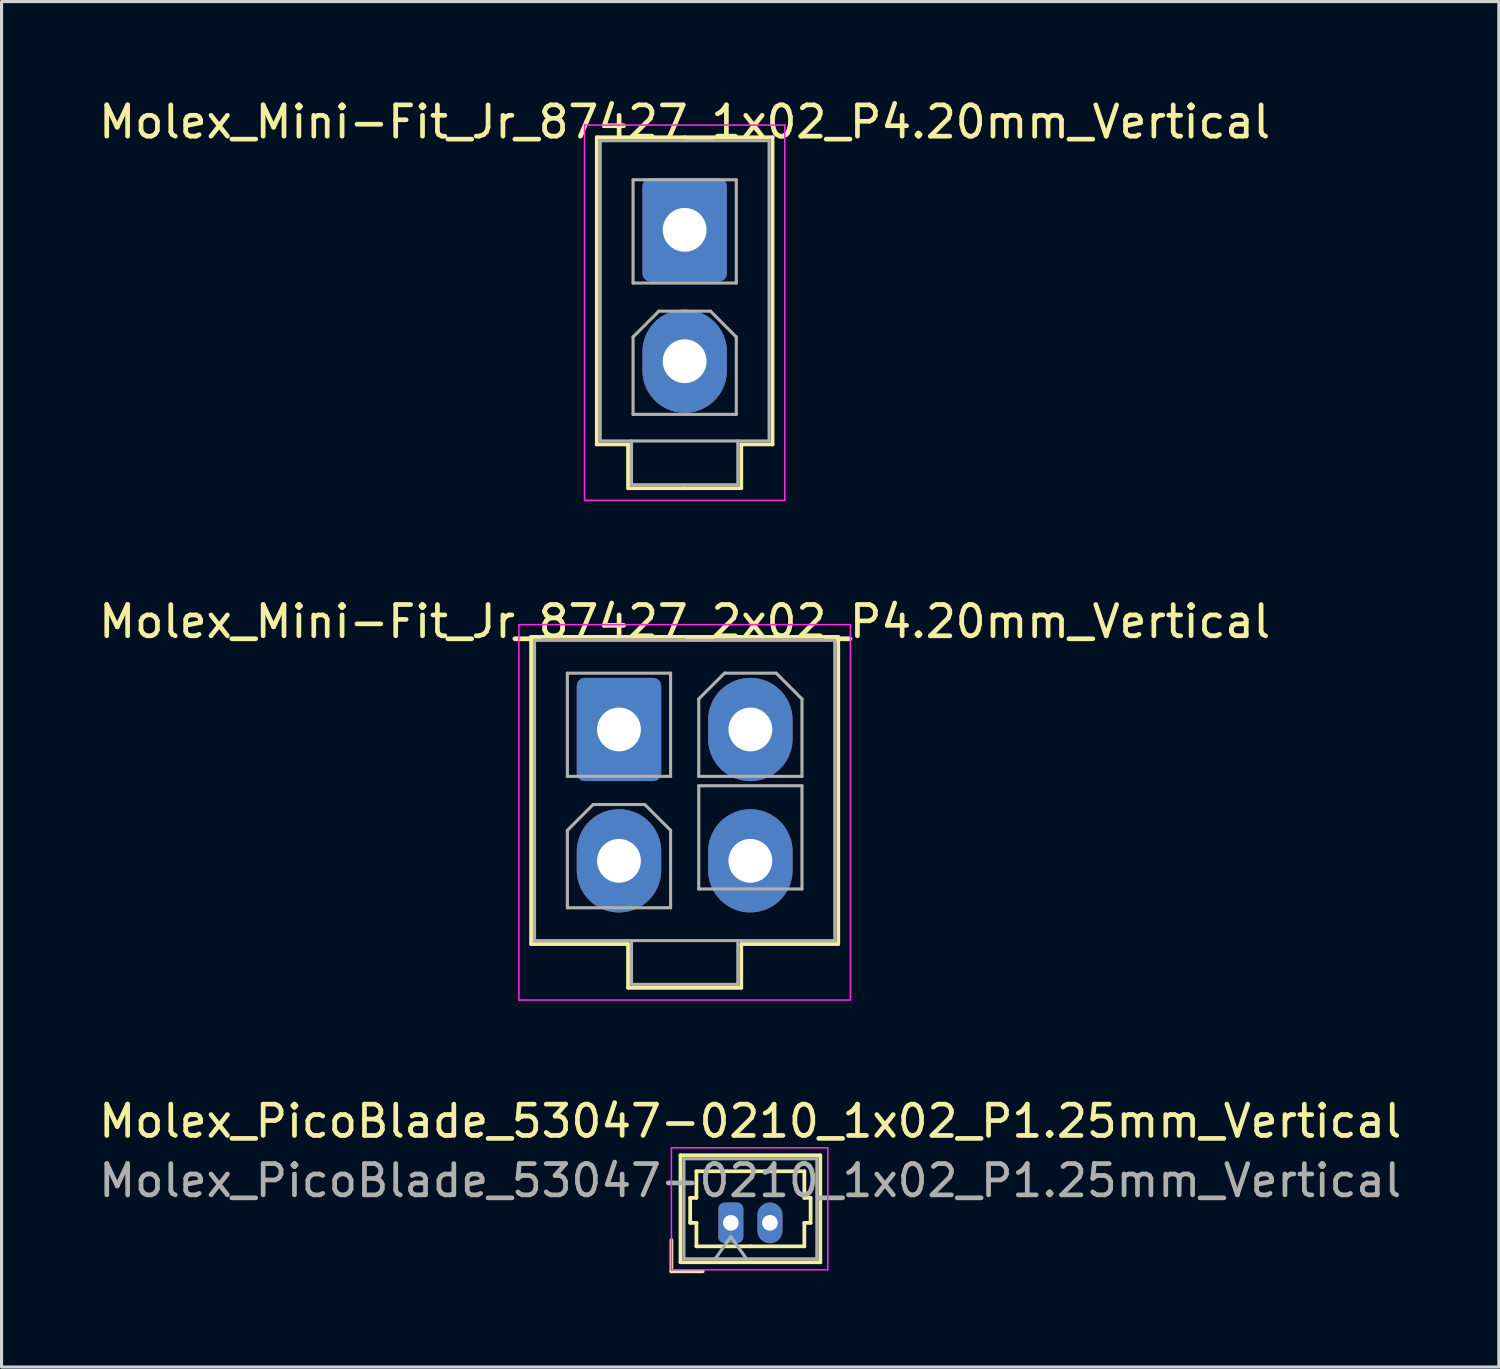
<source format=kicad_pcb>
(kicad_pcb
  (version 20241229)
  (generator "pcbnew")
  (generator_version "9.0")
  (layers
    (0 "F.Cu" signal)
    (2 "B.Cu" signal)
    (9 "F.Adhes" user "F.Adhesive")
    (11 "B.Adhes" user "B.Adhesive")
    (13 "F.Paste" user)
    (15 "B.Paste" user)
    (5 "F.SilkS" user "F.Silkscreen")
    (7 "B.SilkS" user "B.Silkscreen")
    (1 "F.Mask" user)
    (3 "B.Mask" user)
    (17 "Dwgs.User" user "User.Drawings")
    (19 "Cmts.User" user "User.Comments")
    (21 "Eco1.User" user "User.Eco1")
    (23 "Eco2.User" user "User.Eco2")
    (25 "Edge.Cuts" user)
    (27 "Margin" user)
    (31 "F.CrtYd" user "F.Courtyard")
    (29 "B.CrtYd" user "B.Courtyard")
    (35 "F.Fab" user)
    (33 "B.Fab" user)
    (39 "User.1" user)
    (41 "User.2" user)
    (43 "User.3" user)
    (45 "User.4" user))
  (footprint "Molex_Mini-Fit_Jr_87427_1x02_P4.20mm_Vertical"
    (layer "F.Cu")
    (at 18.839 4.298)
    (property "Reference" "Molex_Mini-Fit_Jr_87427_1x02_P4.20mm_Vertical" (at 0 -3.45 0) (layer "F.SilkS") (effects (font (size 1 1) (thickness 0.15))))
    (attr through_hole)
    (fp_line (start -2.81 -2.96) (end -2.81 6.86) (stroke (width 0.12) (type solid)) (layer "F.SilkS"))
    (fp_line (start -2.81 6.86) (end -1.81 6.86) (stroke (width 0.12) (type solid)) (layer "F.SilkS"))
    (fp_line (start -1.81 6.86) (end -1.81 8.26) (stroke (width 0.12) (type solid)) (layer "F.SilkS"))
    (fp_line (start -1.81 8.26) (end 0 8.26) (stroke (width 0.12) (type solid)) (layer "F.SilkS"))
    (fp_line (start 0 -2.96) (end -2.81 -2.96) (stroke (width 0.12) (type solid)) (layer "F.SilkS"))
    (fp_line (start 0 -2.96) (end 2.81 -2.96) (stroke (width 0.12) (type solid)) (layer "F.SilkS"))
    (fp_line (start 1.81 6.86) (end 1.81 8.26) (stroke (width 0.12) (type solid)) (layer "F.SilkS"))
    (fp_line (start 1.81 8.26) (end 0 8.26) (stroke (width 0.12) (type solid)) (layer "F.SilkS"))
    (fp_line (start 2.81 -2.96) (end 2.81 6.86) (stroke (width 0.12) (type solid)) (layer "F.SilkS"))
    (fp_line (start 2.81 6.86) (end 1.81 6.86) (stroke (width 0.12) (type solid)) (layer "F.SilkS"))
    (fp_line (start -3.2 -3.35) (end -3.2 8.65) (stroke (width 0.05) (type solid)) (layer "F.CrtYd"))
    (fp_line (start -3.2 8.65) (end 3.2 8.65) (stroke (width 0.05) (type solid)) (layer "F.CrtYd"))
    (fp_line (start 3.2 -3.35) (end -3.2 -3.35) (stroke (width 0.05) (type solid)) (layer "F.CrtYd"))
    (fp_line (start 3.2 8.65) (end 3.2 -3.35) (stroke (width 0.05) (type solid)) (layer "F.CrtYd"))
    (fp_line (start -2.7 -2.85) (end -2.7 6.75) (stroke (width 0.1) (type solid)) (layer "F.Fab"))
    (fp_line (start -2.7 6.75) (end 2.7 6.75) (stroke (width 0.1) (type solid)) (layer "F.Fab"))
    (fp_line (start -1.7 6.75) (end -1.7 8.15) (stroke (width 0.1) (type solid)) (layer "F.Fab"))
    (fp_line (start -1.7 8.15) (end 1.7 8.15) (stroke (width 0.1) (type solid)) (layer "F.Fab"))
    (fp_line (start -1.65 -1.6) (end -1.65 1.7) (stroke (width 0.1) (type solid)) (layer "F.Fab"))
    (fp_line (start -1.65 1.7) (end 1.65 1.7) (stroke (width 0.1) (type solid)) (layer "F.Fab"))
    (fp_line (start -1.65 3.425) (end -0.825 2.6) (stroke (width 0.1) (type solid)) (layer "F.Fab"))
    (fp_line (start -1.65 5.9) (end -1.65 3.425) (stroke (width 0.1) (type solid)) (layer "F.Fab"))
    (fp_line (start -0.825 2.6) (end 0.825 2.6) (stroke (width 0.1) (type solid)) (layer "F.Fab"))
    (fp_line (start 0.825 2.6) (end 1.65 3.425) (stroke (width 0.1) (type solid)) (layer "F.Fab"))
    (fp_line (start 1.65 -1.6) (end -1.65 -1.6) (stroke (width 0.1) (type solid)) (layer "F.Fab"))
    (fp_line (start 1.65 1.7) (end 1.65 -1.6) (stroke (width 0.1) (type solid)) (layer "F.Fab"))
    (fp_line (start 1.65 3.425) (end 1.65 5.9) (stroke (width 0.1) (type solid)) (layer "F.Fab"))
    (fp_line (start 1.65 5.9) (end -1.65 5.9) (stroke (width 0.1) (type solid)) (layer "F.Fab"))
    (fp_line (start 1.7 8.15) (end 1.7 6.75) (stroke (width 0.1) (type solid)) (layer "F.Fab"))
    (fp_line (start 2.7 -2.85) (end -2.7 -2.85) (stroke (width 0.1) (type solid)) (layer "F.Fab"))
    (fp_line (start 2.7 6.75) (end 2.7 -2.85) (stroke (width 0.1) (type solid)) (layer "F.Fab"))
    (pad "1" thru_hole roundrect (at 0 0) (size 2.7 3.3) (drill 1.4) (layers "*.Cu" "*.Mask") (roundrect_rratio 0.093))
    (pad "2" thru_hole oval (at 0 4.2) (size 2.7 3.3) (drill 1.4) (layers "*.Cu" "*.Mask")))
  (footprint "Molex_PicoBlade_53047-0210_1x02_P1.25mm_Vertical"
    (layer "F.Cu")
    (at 20.315 36.045)
    (property "Reference" "Molex_PicoBlade_53047-0210_1x02_P1.25mm_Vertical" (at 0.62 -3.25 0) (layer "F.SilkS") (effects (font (size 1 1) (thickness 0.15))))
    (attr through_hole)
    (fp_line (start -1.9 1.55) (end -1.9 0.55) (stroke (width 0.12) (type solid)) (layer "F.SilkS"))
    (fp_line (start -1.9 1.55) (end -0.9 1.55) (stroke (width 0.12) (type solid)) (layer "F.SilkS"))
    (fp_line (start -1.61 -2.16) (end -1.61 1.26) (stroke (width 0.12) (type solid)) (layer "F.SilkS"))
    (fp_line (start -1.61 1.26) (end 2.86 1.26) (stroke (width 0.12) (type solid)) (layer "F.SilkS"))
    (fp_line (start -1.3 -0.8) (end -1.1 -0.8) (stroke (width 0.12) (type solid)) (layer "F.SilkS"))
    (fp_line (start -1.3 0) (end -1.3 -0.8) (stroke (width 0.12) (type solid)) (layer "F.SilkS"))
    (fp_line (start -1.1 -1.65) (end 0.625 -1.65) (stroke (width 0.12) (type solid)) (layer "F.SilkS"))
    (fp_line (start -1.1 -0.8) (end -1.1 -1.65) (stroke (width 0.12) (type solid)) (layer "F.SilkS"))
    (fp_line (start -1.1 0) (end -1.3 0) (stroke (width 0.12) (type solid)) (layer "F.SilkS"))
    (fp_line (start -1.1 0.75) (end -1.1 0) (stroke (width 0.12) (type solid)) (layer "F.SilkS"))
    (fp_line (start 0.625 0.75) (end -1.1 0.75) (stroke (width 0.12) (type solid)) (layer "F.SilkS"))
    (fp_line (start 0.625 0.75) (end 2.35 0.75) (stroke (width 0.12) (type solid)) (layer "F.SilkS"))
    (fp_line (start 2.35 -1.65) (end 0.625 -1.65) (stroke (width 0.12) (type solid)) (layer "F.SilkS"))
    (fp_line (start 2.35 -0.8) (end 2.35 -1.65) (stroke (width 0.12) (type solid)) (layer "F.SilkS"))
    (fp_line (start 2.35 0) (end 2.55 0) (stroke (width 0.12) (type solid)) (layer "F.SilkS"))
    (fp_line (start 2.35 0.75) (end 2.35 0) (stroke (width 0.12) (type solid)) (layer "F.SilkS"))
    (fp_line (start 2.55 -0.8) (end 2.35 -0.8) (stroke (width 0.12) (type solid)) (layer "F.SilkS"))
    (fp_line (start 2.55 0) (end 2.55 -0.8) (stroke (width 0.12) (type solid)) (layer "F.SilkS"))
    (fp_line (start 2.86 -2.16) (end -1.61 -2.16) (stroke (width 0.12) (type solid)) (layer "F.SilkS"))
    (fp_line (start 2.86 1.26) (end 2.86 -2.16) (stroke (width 0.12) (type solid)) (layer "F.SilkS"))
    (fp_line (start -1.9 -2.4) (end -1.9 1.5) (stroke (width 0.05) (type solid)) (layer "F.CrtYd"))
    (fp_line (start -1.9 1.5) (end 3.1 1.5) (stroke (width 0.05) (type solid)) (layer "F.CrtYd"))
    (fp_line (start 3.1 -2.4) (end -1.9 -2.4) (stroke (width 0.05) (type solid)) (layer "F.CrtYd"))
    (fp_line (start 3.1 1.5) (end 3.1 -2.4) (stroke (width 0.05) (type solid)) (layer "F.CrtYd"))
    (fp_line (start -1.5 -2.05) (end -1.5 1.15) (stroke (width 0.1) (type solid)) (layer "F.Fab"))
    (fp_line (start -1.5 1.15) (end 2.75 1.15) (stroke (width 0.1) (type solid)) (layer "F.Fab"))
    (fp_line (start -0.5 1.15) (end 0 0.443) (stroke (width 0.1) (type solid)) (layer "F.Fab"))
    (fp_line (start 0 0.443) (end 0.5 1.15) (stroke (width 0.1) (type solid)) (layer "F.Fab"))
    (fp_line (start 2.75 -2.05) (end -1.5 -2.05) (stroke (width 0.1) (type solid)) (layer "F.Fab"))
    (fp_line (start 2.75 1.15) (end 2.75 -2.05) (stroke (width 0.1) (type solid)) (layer "F.Fab"))
    (fp_text user "${REFERENCE}" (at 0.62 -1.35 0) (layer "F.Fab") (effects (font (size 1 1) (thickness 0.15))))
    (pad "1" thru_hole roundrect (at 0 0) (size 0.8 1.3) (drill 0.5) (layers "*.Cu" "*.Mask") (roundrect_rratio 0.25))
    (pad "2" thru_hole oval (at 1.25 0) (size 0.8 1.3) (drill 0.5) (layers "*.Cu" "*.Mask")))
  (footprint "Molex_Mini-Fit_Jr_87427_2x02_P4.20mm_Vertical"
    (layer "F.Cu")
    (at 16.739 20.271)
    (property "Reference" "Molex_Mini-Fit_Jr_87427_2x02_P4.20mm_Vertical" (at 2.1 -3.45 0) (layer "F.SilkS") (effects (font (size 1 1) (thickness 0.15))))
    (attr through_hole)
    (fp_line (start -2.81 -2.96) (end -2.81 6.86) (stroke (width 0.12) (type solid)) (layer "F.SilkS"))
    (fp_line (start -2.81 6.86) (end 0.29 6.86) (stroke (width 0.12) (type solid)) (layer "F.SilkS"))
    (fp_line (start 0.29 6.86) (end 0.29 8.26) (stroke (width 0.12) (type solid)) (layer "F.SilkS"))
    (fp_line (start 3.91 6.86) (end 3.91 8.26) (stroke (width 0.12) (type solid)) (layer "F.SilkS"))
    (fp_line (start 3.91 8.26) (end 0.29 8.26) (stroke (width 0.12) (type solid)) (layer "F.SilkS"))
    (fp_line (start 7.01 -2.96) (end -2.81 -2.96) (stroke (width 0.12) (type solid)) (layer "F.SilkS"))
    (fp_line (start 7.01 -2.96) (end 7.01 6.86) (stroke (width 0.12) (type solid)) (layer "F.SilkS"))
    (fp_line (start 7.01 6.86) (end 3.91 6.86) (stroke (width 0.12) (type solid)) (layer "F.SilkS"))
    (fp_line (start -3.2 -3.35) (end -3.2 8.65) (stroke (width 0.05) (type solid)) (layer "F.CrtYd"))
    (fp_line (start -3.2 8.65) (end 7.4 8.65) (stroke (width 0.05) (type solid)) (layer "F.CrtYd"))
    (fp_line (start 7.4 -3.35) (end -3.2 -3.35) (stroke (width 0.05) (type solid)) (layer "F.CrtYd"))
    (fp_line (start 7.4 8.65) (end 7.4 -3.35) (stroke (width 0.05) (type solid)) (layer "F.CrtYd"))
    (fp_line (start -2.7 -2.85) (end -2.7 6.75) (stroke (width 0.1) (type solid)) (layer "F.Fab"))
    (fp_line (start -2.7 6.75) (end 6.9 6.75) (stroke (width 0.1) (type solid)) (layer "F.Fab"))
    (fp_line (start -1.65 -1.8) (end -1.65 1.5) (stroke (width 0.1) (type solid)) (layer "F.Fab"))
    (fp_line (start -1.65 1.5) (end 1.65 1.5) (stroke (width 0.1) (type solid)) (layer "F.Fab"))
    (fp_line (start -1.65 3.225) (end -0.825 2.4) (stroke (width 0.1) (type solid)) (layer "F.Fab"))
    (fp_line (start -1.65 5.7) (end -1.65 3.225) (stroke (width 0.1) (type solid)) (layer "F.Fab"))
    (fp_line (start -0.825 2.4) (end 0.825 2.4) (stroke (width 0.1) (type solid)) (layer "F.Fab"))
    (fp_line (start 0.4 6.75) (end 0.4 8.15) (stroke (width 0.1) (type solid)) (layer "F.Fab"))
    (fp_line (start 0.4 8.15) (end 3.8 8.15) (stroke (width 0.1) (type solid)) (layer "F.Fab"))
    (fp_line (start 0.825 2.4) (end 1.65 3.225) (stroke (width 0.1) (type solid)) (layer "F.Fab"))
    (fp_line (start 1.65 -1.8) (end -1.65 -1.8) (stroke (width 0.1) (type solid)) (layer "F.Fab"))
    (fp_line (start 1.65 1.5) (end 1.65 -1.8) (stroke (width 0.1) (type solid)) (layer "F.Fab"))
    (fp_line (start 1.65 3.225) (end 1.65 5.7) (stroke (width 0.1) (type solid)) (layer "F.Fab"))
    (fp_line (start 1.65 5.7) (end -1.65 5.7) (stroke (width 0.1) (type solid)) (layer "F.Fab"))
    (fp_line (start 2.55 -0.975) (end 3.375 -1.8) (stroke (width 0.1) (type solid)) (layer "F.Fab"))
    (fp_line (start 2.55 1.5) (end 2.55 -0.975) (stroke (width 0.1) (type solid)) (layer "F.Fab"))
    (fp_line (start 2.55 1.8) (end 2.55 5.1) (stroke (width 0.1) (type solid)) (layer "F.Fab"))
    (fp_line (start 2.55 5.1) (end 5.85 5.1) (stroke (width 0.1) (type solid)) (layer "F.Fab"))
    (fp_line (start 3.375 -1.8) (end 5.025 -1.8) (stroke (width 0.1) (type solid)) (layer "F.Fab"))
    (fp_line (start 3.8 8.15) (end 3.8 6.75) (stroke (width 0.1) (type solid)) (layer "F.Fab"))
    (fp_line (start 5.025 -1.8) (end 5.85 -0.975) (stroke (width 0.1) (type solid)) (layer "F.Fab"))
    (fp_line (start 5.85 -0.975) (end 5.85 1.5) (stroke (width 0.1) (type solid)) (layer "F.Fab"))
    (fp_line (start 5.85 1.5) (end 2.55 1.5) (stroke (width 0.1) (type solid)) (layer "F.Fab"))
    (fp_line (start 5.85 1.8) (end 2.55 1.8) (stroke (width 0.1) (type solid)) (layer "F.Fab"))
    (fp_line (start 5.85 5.1) (end 5.85 1.8) (stroke (width 0.1) (type solid)) (layer "F.Fab"))
    (fp_line (start 6.9 -2.85) (end -2.7 -2.85) (stroke (width 0.1) (type solid)) (layer "F.Fab"))
    (fp_line (start 6.9 6.75) (end 6.9 -2.85) (stroke (width 0.1) (type solid)) (layer "F.Fab"))
    (pad "1" thru_hole roundrect (at 0 0) (size 2.7 3.3) (drill 1.4) (layers "*.Cu" "*.Mask") (roundrect_rratio 0.093))
    (pad "2" thru_hole oval (at 4.2 0) (size 2.7 3.3) (drill 1.4) (layers "*.Cu" "*.Mask"))
    (pad "3" thru_hole oval (at 0 4.2) (size 2.7 3.3) (drill 1.4) (layers "*.Cu" "*.Mask"))
    (pad "4" thru_hole oval (at 4.2 4.2) (size 2.7 3.3) (drill 1.4) (layers "*.Cu" "*.Mask")))
  (gr_rect
    (start -3 -3)
    (end 44.869 40.655)
    (stroke (width 0.1) (type default))
    (fill no)
    (layer "Edge.Cuts")))
</source>
